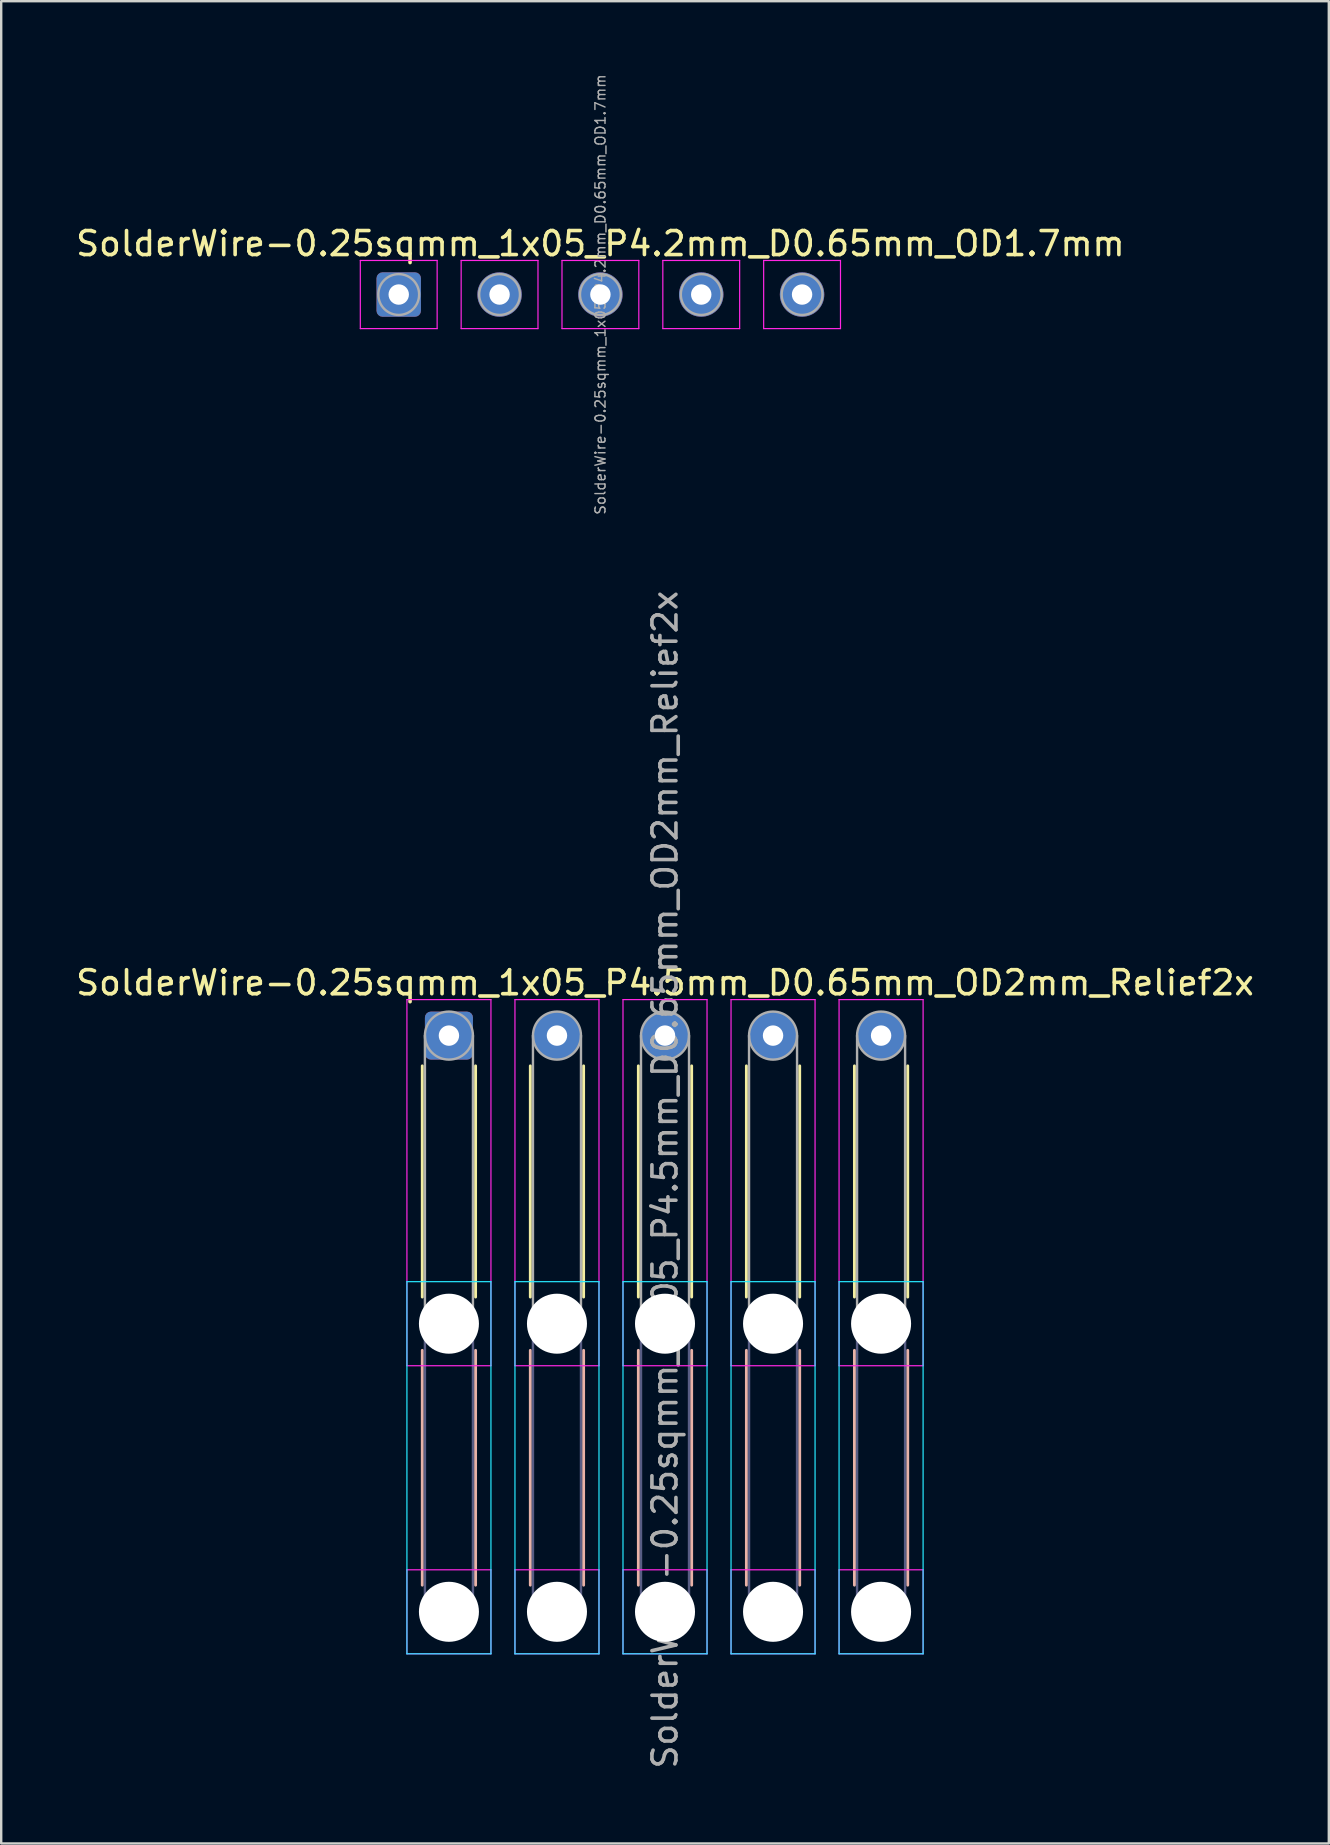
<source format=kicad_pcb>
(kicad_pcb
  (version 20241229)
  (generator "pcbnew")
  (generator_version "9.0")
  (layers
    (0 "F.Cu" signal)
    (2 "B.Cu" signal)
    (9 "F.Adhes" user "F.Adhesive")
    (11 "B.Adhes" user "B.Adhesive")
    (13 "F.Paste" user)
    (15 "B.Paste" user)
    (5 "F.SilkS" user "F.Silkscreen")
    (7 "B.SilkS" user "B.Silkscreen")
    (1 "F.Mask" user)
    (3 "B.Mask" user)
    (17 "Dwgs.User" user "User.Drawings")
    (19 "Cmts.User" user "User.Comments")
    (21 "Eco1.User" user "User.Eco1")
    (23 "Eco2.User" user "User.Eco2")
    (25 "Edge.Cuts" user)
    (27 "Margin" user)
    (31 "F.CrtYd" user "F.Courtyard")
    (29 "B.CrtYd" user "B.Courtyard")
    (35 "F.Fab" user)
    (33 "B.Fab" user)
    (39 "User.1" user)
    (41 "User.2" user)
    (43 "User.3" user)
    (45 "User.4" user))
  (footprint "SolderWire-0.25sqmm_1x05_P4.5mm_D0.65mm_OD2mm_Relief2x"
    (layer "F.Cu")
    (at 15.649 40.085)
    (property "Reference" "SolderWire-0.25sqmm_1x05_P4.5mm_D0.65mm_OD2mm_Relief2x" (at 9 -2.2 0) (layer "F.SilkS") (effects (font (size 1 1) (thickness 0.15))))
    (attr exclude_from_pos_files exclude_from_bom)
    (fp_line (start -1.11 1.26) (end -1.11 10.89) (stroke (width 0.12) (type solid)) (layer "F.SilkS"))
    (fp_line (start 1.11 1.26) (end 1.11 10.89) (stroke (width 0.12) (type solid)) (layer "F.SilkS"))
    (fp_line (start 3.39 1.26) (end 3.39 10.89) (stroke (width 0.12) (type solid)) (layer "F.SilkS"))
    (fp_line (start 5.61 1.26) (end 5.61 10.89) (stroke (width 0.12) (type solid)) (layer "F.SilkS"))
    (fp_line (start 7.89 1.26) (end 7.89 10.89) (stroke (width 0.12) (type solid)) (layer "F.SilkS"))
    (fp_line (start 10.11 1.26) (end 10.11 10.89) (stroke (width 0.12) (type solid)) (layer "F.SilkS"))
    (fp_line (start 12.39 1.26) (end 12.39 10.89) (stroke (width 0.12) (type solid)) (layer "F.SilkS"))
    (fp_line (start 14.61 1.26) (end 14.61 10.89) (stroke (width 0.12) (type solid)) (layer "F.SilkS"))
    (fp_line (start 16.89 1.26) (end 16.89 10.89) (stroke (width 0.12) (type solid)) (layer "F.SilkS"))
    (fp_line (start 19.11 1.26) (end 19.11 10.89) (stroke (width 0.12) (type solid)) (layer "F.SilkS"))
    (fp_line (start -1.11 13.11) (end -1.11 22.89) (stroke (width 0.12) (type solid)) (layer "B.SilkS"))
    (fp_line (start 1.11 13.11) (end 1.11 22.89) (stroke (width 0.12) (type solid)) (layer "B.SilkS"))
    (fp_line (start 3.39 13.11) (end 3.39 22.89) (stroke (width 0.12) (type solid)) (layer "B.SilkS"))
    (fp_line (start 5.61 13.11) (end 5.61 22.89) (stroke (width 0.12) (type solid)) (layer "B.SilkS"))
    (fp_line (start 7.89 13.11) (end 7.89 22.89) (stroke (width 0.12) (type solid)) (layer "B.SilkS"))
    (fp_line (start 10.11 13.11) (end 10.11 22.89) (stroke (width 0.12) (type solid)) (layer "B.SilkS"))
    (fp_line (start 12.39 13.11) (end 12.39 22.89) (stroke (width 0.12) (type solid)) (layer "B.SilkS"))
    (fp_line (start 14.61 13.11) (end 14.61 22.89) (stroke (width 0.12) (type solid)) (layer "B.SilkS"))
    (fp_line (start 16.89 13.11) (end 16.89 22.89) (stroke (width 0.12) (type solid)) (layer "B.SilkS"))
    (fp_line (start 19.11 13.11) (end 19.11 22.89) (stroke (width 0.12) (type solid)) (layer "B.SilkS"))
    (fp_line (start -1.75 10.25) (end -1.75 25.75) (stroke (width 0.05) (type solid)) (layer "B.CrtYd"))
    (fp_line (start -1.75 25.75) (end 1.75 25.75) (stroke (width 0.05) (type solid)) (layer "B.CrtYd"))
    (fp_line (start 1.75 10.25) (end -1.75 10.25) (stroke (width 0.05) (type solid)) (layer "B.CrtYd"))
    (fp_line (start 1.75 25.75) (end 1.75 10.25) (stroke (width 0.05) (type solid)) (layer "B.CrtYd"))
    (fp_line (start 2.75 10.25) (end 2.75 25.75) (stroke (width 0.05) (type solid)) (layer "B.CrtYd"))
    (fp_line (start 2.75 25.75) (end 6.25 25.75) (stroke (width 0.05) (type solid)) (layer "B.CrtYd"))
    (fp_line (start 6.25 10.25) (end 2.75 10.25) (stroke (width 0.05) (type solid)) (layer "B.CrtYd"))
    (fp_line (start 6.25 25.75) (end 6.25 10.25) (stroke (width 0.05) (type solid)) (layer "B.CrtYd"))
    (fp_line (start 7.25 10.25) (end 7.25 25.75) (stroke (width 0.05) (type solid)) (layer "B.CrtYd"))
    (fp_line (start 7.25 25.75) (end 10.75 25.75) (stroke (width 0.05) (type solid)) (layer "B.CrtYd"))
    (fp_line (start 10.75 10.25) (end 7.25 10.25) (stroke (width 0.05) (type solid)) (layer "B.CrtYd"))
    (fp_line (start 10.75 25.75) (end 10.75 10.25) (stroke (width 0.05) (type solid)) (layer "B.CrtYd"))
    (fp_line (start 11.75 10.25) (end 11.75 25.75) (stroke (width 0.05) (type solid)) (layer "B.CrtYd"))
    (fp_line (start 11.75 25.75) (end 15.25 25.75) (stroke (width 0.05) (type solid)) (layer "B.CrtYd"))
    (fp_line (start 15.25 10.25) (end 11.75 10.25) (stroke (width 0.05) (type solid)) (layer "B.CrtYd"))
    (fp_line (start 15.25 25.75) (end 15.25 10.25) (stroke (width 0.05) (type solid)) (layer "B.CrtYd"))
    (fp_line (start 16.25 10.25) (end 16.25 25.75) (stroke (width 0.05) (type solid)) (layer "B.CrtYd"))
    (fp_line (start 16.25 25.75) (end 19.75 25.75) (stroke (width 0.05) (type solid)) (layer "B.CrtYd"))
    (fp_line (start 19.75 10.25) (end 16.25 10.25) (stroke (width 0.05) (type solid)) (layer "B.CrtYd"))
    (fp_line (start 19.75 25.75) (end 19.75 10.25) (stroke (width 0.05) (type solid)) (layer "B.CrtYd"))
    (fp_line (start -1.75 -1.5) (end -1.75 13.75) (stroke (width 0.05) (type solid)) (layer "F.CrtYd"))
    (fp_line (start -1.75 13.75) (end 1.75 13.75) (stroke (width 0.05) (type solid)) (layer "F.CrtYd"))
    (fp_line (start -1.75 22.25) (end -1.75 25.75) (stroke (width 0.05) (type solid)) (layer "F.CrtYd"))
    (fp_line (start -1.75 25.75) (end 1.75 25.75) (stroke (width 0.05) (type solid)) (layer "F.CrtYd"))
    (fp_line (start 1.75 -1.5) (end -1.75 -1.5) (stroke (width 0.05) (type solid)) (layer "F.CrtYd"))
    (fp_line (start 1.75 13.75) (end 1.75 -1.5) (stroke (width 0.05) (type solid)) (layer "F.CrtYd"))
    (fp_line (start 1.75 22.25) (end -1.75 22.25) (stroke (width 0.05) (type solid)) (layer "F.CrtYd"))
    (fp_line (start 1.75 25.75) (end 1.75 22.25) (stroke (width 0.05) (type solid)) (layer "F.CrtYd"))
    (fp_line (start 2.75 -1.5) (end 2.75 13.75) (stroke (width 0.05) (type solid)) (layer "F.CrtYd"))
    (fp_line (start 2.75 13.75) (end 6.25 13.75) (stroke (width 0.05) (type solid)) (layer "F.CrtYd"))
    (fp_line (start 2.75 22.25) (end 2.75 25.75) (stroke (width 0.05) (type solid)) (layer "F.CrtYd"))
    (fp_line (start 2.75 25.75) (end 6.25 25.75) (stroke (width 0.05) (type solid)) (layer "F.CrtYd"))
    (fp_line (start 6.25 -1.5) (end 2.75 -1.5) (stroke (width 0.05) (type solid)) (layer "F.CrtYd"))
    (fp_line (start 6.25 13.75) (end 6.25 -1.5) (stroke (width 0.05) (type solid)) (layer "F.CrtYd"))
    (fp_line (start 6.25 22.25) (end 2.75 22.25) (stroke (width 0.05) (type solid)) (layer "F.CrtYd"))
    (fp_line (start 6.25 25.75) (end 6.25 22.25) (stroke (width 0.05) (type solid)) (layer "F.CrtYd"))
    (fp_line (start 7.25 -1.5) (end 7.25 13.75) (stroke (width 0.05) (type solid)) (layer "F.CrtYd"))
    (fp_line (start 7.25 13.75) (end 10.75 13.75) (stroke (width 0.05) (type solid)) (layer "F.CrtYd"))
    (fp_line (start 7.25 22.25) (end 7.25 25.75) (stroke (width 0.05) (type solid)) (layer "F.CrtYd"))
    (fp_line (start 7.25 25.75) (end 10.75 25.75) (stroke (width 0.05) (type solid)) (layer "F.CrtYd"))
    (fp_line (start 10.75 -1.5) (end 7.25 -1.5) (stroke (width 0.05) (type solid)) (layer "F.CrtYd"))
    (fp_line (start 10.75 13.75) (end 10.75 -1.5) (stroke (width 0.05) (type solid)) (layer "F.CrtYd"))
    (fp_line (start 10.75 22.25) (end 7.25 22.25) (stroke (width 0.05) (type solid)) (layer "F.CrtYd"))
    (fp_line (start 10.75 25.75) (end 10.75 22.25) (stroke (width 0.05) (type solid)) (layer "F.CrtYd"))
    (fp_line (start 11.75 -1.5) (end 11.75 13.75) (stroke (width 0.05) (type solid)) (layer "F.CrtYd"))
    (fp_line (start 11.75 13.75) (end 15.25 13.75) (stroke (width 0.05) (type solid)) (layer "F.CrtYd"))
    (fp_line (start 11.75 22.25) (end 11.75 25.75) (stroke (width 0.05) (type solid)) (layer "F.CrtYd"))
    (fp_line (start 11.75 25.75) (end 15.25 25.75) (stroke (width 0.05) (type solid)) (layer "F.CrtYd"))
    (fp_line (start 15.25 -1.5) (end 11.75 -1.5) (stroke (width 0.05) (type solid)) (layer "F.CrtYd"))
    (fp_line (start 15.25 13.75) (end 15.25 -1.5) (stroke (width 0.05) (type solid)) (layer "F.CrtYd"))
    (fp_line (start 15.25 22.25) (end 11.75 22.25) (stroke (width 0.05) (type solid)) (layer "F.CrtYd"))
    (fp_line (start 15.25 25.75) (end 15.25 22.25) (stroke (width 0.05) (type solid)) (layer "F.CrtYd"))
    (fp_line (start 16.25 -1.5) (end 16.25 13.75) (stroke (width 0.05) (type solid)) (layer "F.CrtYd"))
    (fp_line (start 16.25 13.75) (end 19.75 13.75) (stroke (width 0.05) (type solid)) (layer "F.CrtYd"))
    (fp_line (start 16.25 22.25) (end 16.25 25.75) (stroke (width 0.05) (type solid)) (layer "F.CrtYd"))
    (fp_line (start 16.25 25.75) (end 19.75 25.75) (stroke (width 0.05) (type solid)) (layer "F.CrtYd"))
    (fp_line (start 19.75 -1.5) (end 16.25 -1.5) (stroke (width 0.05) (type solid)) (layer "F.CrtYd"))
    (fp_line (start 19.75 13.75) (end 19.75 -1.5) (stroke (width 0.05) (type solid)) (layer "F.CrtYd"))
    (fp_line (start 19.75 22.25) (end 16.25 22.25) (stroke (width 0.05) (type solid)) (layer "F.CrtYd"))
    (fp_line (start 19.75 25.75) (end 19.75 22.25) (stroke (width 0.05) (type solid)) (layer "F.CrtYd"))
    (fp_line (start -1 12) (end -1 24) (stroke (width 0.1) (type solid)) (layer "B.Fab"))
    (fp_line (start 1 12) (end 1 24) (stroke (width 0.1) (type solid)) (layer "B.Fab"))
    (fp_line (start 3.5 12) (end 3.5 24) (stroke (width 0.1) (type solid)) (layer "B.Fab"))
    (fp_line (start 5.5 12) (end 5.5 24) (stroke (width 0.1) (type solid)) (layer "B.Fab"))
    (fp_line (start 8 12) (end 8 24) (stroke (width 0.1) (type solid)) (layer "B.Fab"))
    (fp_line (start 10 12) (end 10 24) (stroke (width 0.1) (type solid)) (layer "B.Fab"))
    (fp_line (start 12.5 12) (end 12.5 24) (stroke (width 0.1) (type solid)) (layer "B.Fab"))
    (fp_line (start 14.5 12) (end 14.5 24) (stroke (width 0.1) (type solid)) (layer "B.Fab"))
    (fp_line (start 17 12) (end 17 24) (stroke (width 0.1) (type solid)) (layer "B.Fab"))
    (fp_line (start 19 12) (end 19 24) (stroke (width 0.1) (type solid)) (layer "B.Fab"))
    (fp_circle (center 0 12) (end 1 12) (stroke (width 0.1) (type solid)) (fill no) (layer "B.Fab"))
    (fp_circle (center 0 24) (end 1 24) (stroke (width 0.1) (type solid)) (fill no) (layer "B.Fab"))
    (fp_circle (center 4.5 12) (end 5.5 12) (stroke (width 0.1) (type solid)) (fill no) (layer "B.Fab"))
    (fp_circle (center 4.5 24) (end 5.5 24) (stroke (width 0.1) (type solid)) (fill no) (layer "B.Fab"))
    (fp_circle (center 9 12) (end 10 12) (stroke (width 0.1) (type solid)) (fill no) (layer "B.Fab"))
    (fp_circle (center 9 24) (end 10 24) (stroke (width 0.1) (type solid)) (fill no) (layer "B.Fab"))
    (fp_circle (center 13.5 12) (end 14.5 12) (stroke (width 0.1) (type solid)) (fill no) (layer "B.Fab"))
    (fp_circle (center 13.5 24) (end 14.5 24) (stroke (width 0.1) (type solid)) (fill no) (layer "B.Fab"))
    (fp_circle (center 18 12) (end 19 12) (stroke (width 0.1) (type solid)) (fill no) (layer "B.Fab"))
    (fp_circle (center 18 24) (end 19 24) (stroke (width 0.1) (type solid)) (fill no) (layer "B.Fab"))
    (fp_line (start -1 0) (end -1 12) (stroke (width 0.1) (type solid)) (layer "F.Fab"))
    (fp_line (start 1 0) (end 1 12) (stroke (width 0.1) (type solid)) (layer "F.Fab"))
    (fp_line (start 3.5 0) (end 3.5 12) (stroke (width 0.1) (type solid)) (layer "F.Fab"))
    (fp_line (start 5.5 0) (end 5.5 12) (stroke (width 0.1) (type solid)) (layer "F.Fab"))
    (fp_line (start 8 0) (end 8 12) (stroke (width 0.1) (type solid)) (layer "F.Fab"))
    (fp_line (start 10 0) (end 10 12) (stroke (width 0.1) (type solid)) (layer "F.Fab"))
    (fp_line (start 12.5 0) (end 12.5 12) (stroke (width 0.1) (type solid)) (layer "F.Fab"))
    (fp_line (start 14.5 0) (end 14.5 12) (stroke (width 0.1) (type solid)) (layer "F.Fab"))
    (fp_line (start 17 0) (end 17 12) (stroke (width 0.1) (type solid)) (layer "F.Fab"))
    (fp_line (start 19 0) (end 19 12) (stroke (width 0.1) (type solid)) (layer "F.Fab"))
    (fp_circle (center 0 0) (end 1 0) (stroke (width 0.1) (type solid)) (fill no) (layer "F.Fab"))
    (fp_circle (center 0 12) (end 1 12) (stroke (width 0.1) (type solid)) (fill no) (layer "F.Fab"))
    (fp_circle (center 0 24) (end 1 24) (stroke (width 0.1) (type solid)) (fill no) (layer "F.Fab"))
    (fp_circle (center 4.5 0) (end 5.5 0) (stroke (width 0.1) (type solid)) (fill no) (layer "F.Fab"))
    (fp_circle (center 4.5 12) (end 5.5 12) (stroke (width 0.1) (type solid)) (fill no) (layer "F.Fab"))
    (fp_circle (center 4.5 24) (end 5.5 24) (stroke (width 0.1) (type solid)) (fill no) (layer "F.Fab"))
    (fp_circle (center 9 0) (end 10 0) (stroke (width 0.1) (type solid)) (fill no) (layer "F.Fab"))
    (fp_circle (center 9 12) (end 10 12) (stroke (width 0.1) (type solid)) (fill no) (layer "F.Fab"))
    (fp_circle (center 9 24) (end 10 24) (stroke (width 0.1) (type solid)) (fill no) (layer "F.Fab"))
    (fp_circle (center 13.5 0) (end 14.5 0) (stroke (width 0.1) (type solid)) (fill no) (layer "F.Fab"))
    (fp_circle (center 13.5 12) (end 14.5 12) (stroke (width 0.1) (type solid)) (fill no) (layer "F.Fab"))
    (fp_circle (center 13.5 24) (end 14.5 24) (stroke (width 0.1) (type solid)) (fill no) (layer "F.Fab"))
    (fp_circle (center 18 0) (end 19 0) (stroke (width 0.1) (type solid)) (fill no) (layer "F.Fab"))
    (fp_circle (center 18 12) (end 19 12) (stroke (width 0.1) (type solid)) (fill no) (layer "F.Fab"))
    (fp_circle (center 18 24) (end 19 24) (stroke (width 0.1) (type solid)) (fill no) (layer "F.Fab"))
    (fp_text user "${REFERENCE}" (at 9 6 90) (layer "F.Fab") (effects (font (size 1 1) (thickness 0.15))))
    (pad "" np_thru_hole circle (at 0 12) (size 2.5 2.5) (drill 2.5) (layers "*.Cu" "*.Mask"))
    (pad "" np_thru_hole circle (at 0 24) (size 2.5 2.5) (drill 2.5) (layers "*.Cu" "*.Mask"))
    (pad "" np_thru_hole circle (at 4.5 12) (size 2.5 2.5) (drill 2.5) (layers "*.Cu" "*.Mask"))
    (pad "" np_thru_hole circle (at 4.5 24) (size 2.5 2.5) (drill 2.5) (layers "*.Cu" "*.Mask"))
    (pad "" np_thru_hole circle (at 9 12) (size 2.5 2.5) (drill 2.5) (layers "*.Cu" "*.Mask"))
    (pad "" np_thru_hole circle (at 9 24) (size 2.5 2.5) (drill 2.5) (layers "*.Cu" "*.Mask"))
    (pad "" np_thru_hole circle (at 13.5 12) (size 2.5 2.5) (drill 2.5) (layers "*.Cu" "*.Mask"))
    (pad "" np_thru_hole circle (at 13.5 24) (size 2.5 2.5) (drill 2.5) (layers "*.Cu" "*.Mask"))
    (pad "" np_thru_hole circle (at 18 12) (size 2.5 2.5) (drill 2.5) (layers "*.Cu" "*.Mask"))
    (pad "" np_thru_hole circle (at 18 24) (size 2.5 2.5) (drill 2.5) (layers "*.Cu" "*.Mask"))
    (pad "1" thru_hole roundrect (at 0 0) (size 2 2) (drill 0.85) (layers "*.Cu" "*.Mask") (roundrect_rratio 0.125))
    (pad "2" thru_hole circle (at 4.5 0) (size 2 2) (drill 0.85) (layers "*.Cu" "*.Mask"))
    (pad "3" thru_hole circle (at 9 0) (size 2 2) (drill 0.85) (layers "*.Cu" "*.Mask"))
    (pad "4" thru_hole circle (at 13.5 0) (size 2 2) (drill 0.85) (layers "*.Cu" "*.Mask"))
    (pad "5" thru_hole circle (at 18 0) (size 2 2) (drill 0.85) (layers "*.Cu" "*.Mask")))
  (footprint "SolderWire-0.25sqmm_1x05_P4.2mm_D0.65mm_OD1.7mm"
    (layer "F.Cu")
    (at 13.558 9.218)
    (property "Reference" "SolderWire-0.25sqmm_1x05_P4.2mm_D0.65mm_OD1.7mm" (at 8.4 -2.12 0) (layer "F.SilkS") (effects (font (size 1 1) (thickness 0.15))))
    (attr exclude_from_pos_files exclude_from_bom)
    (fp_line (start -1.6 -1.42) (end -1.6 1.42) (stroke (width 0.05) (type solid)) (layer "F.CrtYd"))
    (fp_line (start -1.6 1.42) (end 1.6 1.42) (stroke (width 0.05) (type solid)) (layer "F.CrtYd"))
    (fp_line (start 1.6 -1.42) (end -1.6 -1.42) (stroke (width 0.05) (type solid)) (layer "F.CrtYd"))
    (fp_line (start 1.6 1.42) (end 1.6 -1.42) (stroke (width 0.05) (type solid)) (layer "F.CrtYd"))
    (fp_line (start 2.6 -1.42) (end 2.6 1.42) (stroke (width 0.05) (type solid)) (layer "F.CrtYd"))
    (fp_line (start 2.6 1.42) (end 5.8 1.42) (stroke (width 0.05) (type solid)) (layer "F.CrtYd"))
    (fp_line (start 5.8 -1.42) (end 2.6 -1.42) (stroke (width 0.05) (type solid)) (layer "F.CrtYd"))
    (fp_line (start 5.8 1.42) (end 5.8 -1.42) (stroke (width 0.05) (type solid)) (layer "F.CrtYd"))
    (fp_line (start 6.8 -1.42) (end 6.8 1.42) (stroke (width 0.05) (type solid)) (layer "F.CrtYd"))
    (fp_line (start 6.8 1.42) (end 10 1.42) (stroke (width 0.05) (type solid)) (layer "F.CrtYd"))
    (fp_line (start 10 -1.42) (end 6.8 -1.42) (stroke (width 0.05) (type solid)) (layer "F.CrtYd"))
    (fp_line (start 10 1.42) (end 10 -1.42) (stroke (width 0.05) (type solid)) (layer "F.CrtYd"))
    (fp_line (start 11 -1.42) (end 11 1.42) (stroke (width 0.05) (type solid)) (layer "F.CrtYd"))
    (fp_line (start 11 1.42) (end 14.2 1.42) (stroke (width 0.05) (type solid)) (layer "F.CrtYd"))
    (fp_line (start 14.2 -1.42) (end 11 -1.42) (stroke (width 0.05) (type solid)) (layer "F.CrtYd"))
    (fp_line (start 14.2 1.42) (end 14.2 -1.42) (stroke (width 0.05) (type solid)) (layer "F.CrtYd"))
    (fp_line (start 15.2 -1.42) (end 15.2 1.42) (stroke (width 0.05) (type solid)) (layer "F.CrtYd"))
    (fp_line (start 15.2 1.42) (end 18.4 1.42) (stroke (width 0.05) (type solid)) (layer "F.CrtYd"))
    (fp_line (start 18.4 -1.42) (end 15.2 -1.42) (stroke (width 0.05) (type solid)) (layer "F.CrtYd"))
    (fp_line (start 18.4 1.42) (end 18.4 -1.42) (stroke (width 0.05) (type solid)) (layer "F.CrtYd"))
    (fp_circle (center 0 0) (end 0.85 0) (stroke (width 0.1) (type solid)) (fill no) (layer "F.Fab"))
    (fp_circle (center 4.2 0) (end 5.05 0) (stroke (width 0.1) (type solid)) (fill no) (layer "F.Fab"))
    (fp_circle (center 8.4 0) (end 9.25 0) (stroke (width 0.1) (type solid)) (fill no) (layer "F.Fab"))
    (fp_circle (center 12.6 0) (end 13.45 0) (stroke (width 0.1) (type solid)) (fill no) (layer "F.Fab"))
    (fp_circle (center 16.8 0) (end 17.65 0) (stroke (width 0.1) (type solid)) (fill no) (layer "F.Fab"))
    (fp_text user "${REFERENCE}" (at 8.4 0 90) (layer "F.Fab") (effects (font (size 0.42 0.42) (thickness 0.06))))
    (pad "1" thru_hole roundrect (at 0 0) (size 1.85 1.85) (drill 0.85) (layers "*.Cu" "*.Mask") (roundrect_rratio 0.135))
    (pad "2" thru_hole circle (at 4.2 0) (size 1.85 1.85) (drill 0.85) (layers "*.Cu" "*.Mask"))
    (pad "3" thru_hole circle (at 8.4 0) (size 1.85 1.85) (drill 0.85) (layers "*.Cu" "*.Mask"))
    (pad "4" thru_hole circle (at 12.6 0) (size 1.85 1.85) (drill 0.85) (layers "*.Cu" "*.Mask"))
    (pad "5" thru_hole circle (at 16.8 0) (size 1.85 1.85) (drill 0.85) (layers "*.Cu" "*.Mask")))
  (gr_rect
    (start -3 -3)
    (end 52.298 73.734)
    (stroke (width 0.1) (type default))
    (fill no)
    (layer "Edge.Cuts")))
</source>
